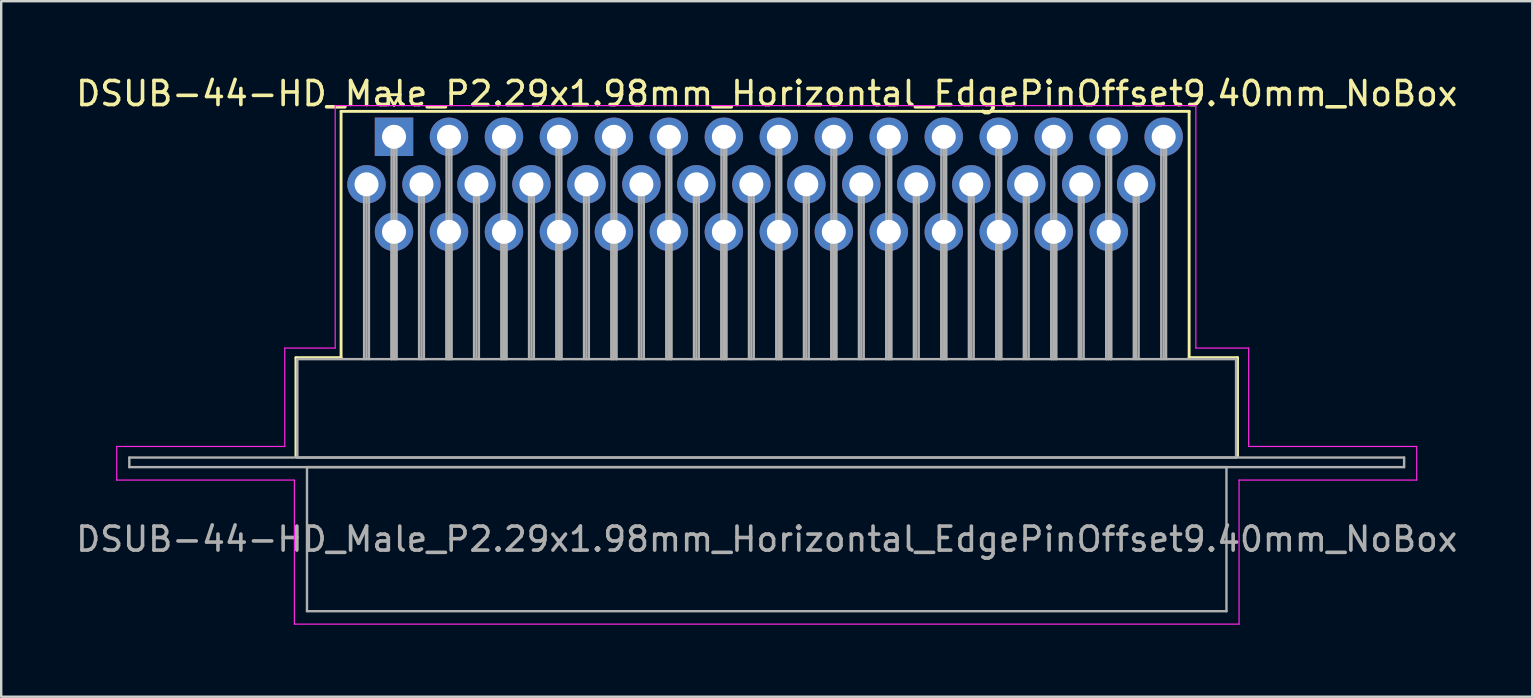
<source format=kicad_pcb>
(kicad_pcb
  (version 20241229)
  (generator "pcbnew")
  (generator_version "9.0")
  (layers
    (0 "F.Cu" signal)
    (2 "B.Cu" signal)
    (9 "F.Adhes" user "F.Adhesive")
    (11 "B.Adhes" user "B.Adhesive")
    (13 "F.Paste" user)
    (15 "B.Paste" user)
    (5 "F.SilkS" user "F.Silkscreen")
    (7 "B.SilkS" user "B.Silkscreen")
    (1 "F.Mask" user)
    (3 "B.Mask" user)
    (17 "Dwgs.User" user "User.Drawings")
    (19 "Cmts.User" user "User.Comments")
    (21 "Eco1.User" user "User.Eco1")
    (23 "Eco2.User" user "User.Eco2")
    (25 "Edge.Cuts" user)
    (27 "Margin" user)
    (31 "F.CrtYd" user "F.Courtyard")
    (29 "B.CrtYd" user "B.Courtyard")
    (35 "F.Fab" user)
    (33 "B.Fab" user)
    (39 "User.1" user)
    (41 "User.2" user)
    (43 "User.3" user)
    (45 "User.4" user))
  (footprint "DSUB-44-HD_Male_P2.29x1.98mm_Horizontal_EdgePinOffset9.40mm_NoBox"
    (layer "F.Cu")
    (at 13.362 2.648)
    (property "Reference" "DSUB-44-HD_Male_P2.29x1.98mm_Horizontal_EdgePinOffset9.40mm_NoBox" (at 15.525 -1.8 0) (layer "F.SilkS") (effects (font (size 1 1) (thickness 0.15))))
    (attr through_hole)
    (fp_line (start -4.085 9.2) (end -2.205 9.2) (stroke (width 0.12) (type solid)) (layer "F.SilkS"))
    (fp_line (start -4.085 13.3) (end -4.085 9.2) (stroke (width 0.12) (type solid)) (layer "F.SilkS"))
    (fp_line (start -2.205 -1.06) (end 33.12 -1.06) (stroke (width 0.12) (type solid)) (layer "F.SilkS"))
    (fp_line (start -2.205 9.2) (end -2.205 -1.06) (stroke (width 0.12) (type solid)) (layer "F.SilkS"))
    (fp_line (start -0.25 -1.754) (end 0.25 -1.754) (stroke (width 0.12) (type solid)) (layer "F.SilkS"))
    (fp_line (start 0 -1.321) (end -0.25 -1.754) (stroke (width 0.12) (type solid)) (layer "F.SilkS"))
    (fp_line (start 0.25 -1.754) (end 0 -1.321) (stroke (width 0.12) (type solid)) (layer "F.SilkS"))
    (fp_line (start 33.12 -1.06) (end 33.12 9.2) (stroke (width 0.12) (type solid)) (layer "F.SilkS"))
    (fp_line (start 33.12 9.2) (end 35.135 9.2) (stroke (width 0.12) (type solid)) (layer "F.SilkS"))
    (fp_line (start 35.135 9.2) (end 35.135 13.3) (stroke (width 0.12) (type solid)) (layer "F.SilkS"))
    (fp_line (start -11.55 12.9) (end -4.55 12.9) (stroke (width 0.05) (type solid)) (layer "F.CrtYd"))
    (fp_line (start -11.55 14.3) (end -11.55 12.9) (stroke (width 0.05) (type solid)) (layer "F.CrtYd"))
    (fp_line (start -4.55 8.8) (end -2.45 8.8) (stroke (width 0.05) (type solid)) (layer "F.CrtYd"))
    (fp_line (start -4.55 12.9) (end -4.55 8.8) (stroke (width 0.05) (type solid)) (layer "F.CrtYd"))
    (fp_line (start -4.15 14.3) (end -11.55 14.3) (stroke (width 0.05) (type solid)) (layer "F.CrtYd"))
    (fp_line (start -4.15 20.3) (end -4.15 14.3) (stroke (width 0.05) (type solid)) (layer "F.CrtYd"))
    (fp_line (start -2.45 -1.3) (end 33.4 -1.3) (stroke (width 0.05) (type solid)) (layer "F.CrtYd"))
    (fp_line (start -2.45 8.8) (end -2.45 -1.3) (stroke (width 0.05) (type solid)) (layer "F.CrtYd"))
    (fp_line (start 33.4 -1.3) (end 33.4 8.8) (stroke (width 0.05) (type solid)) (layer "F.CrtYd"))
    (fp_line (start 33.4 8.8) (end 35.6 8.8) (stroke (width 0.05) (type solid)) (layer "F.CrtYd"))
    (fp_line (start 35.2 14.3) (end 35.2 20.3) (stroke (width 0.05) (type solid)) (layer "F.CrtYd"))
    (fp_line (start 35.2 20.3) (end -4.15 20.3) (stroke (width 0.05) (type solid)) (layer "F.CrtYd"))
    (fp_line (start 35.6 8.8) (end 35.6 12.9) (stroke (width 0.05) (type solid)) (layer "F.CrtYd"))
    (fp_line (start 35.6 12.9) (end 42.6 12.9) (stroke (width 0.05) (type solid)) (layer "F.CrtYd"))
    (fp_line (start 42.6 12.9) (end 42.6 14.3) (stroke (width 0.05) (type solid)) (layer "F.CrtYd"))
    (fp_line (start 42.6 14.3) (end 35.2 14.3) (stroke (width 0.05) (type solid)) (layer "F.CrtYd"))
    (fp_line (start -11.025 13.36) (end -11.025 13.76) (stroke (width 0.1) (type solid)) (layer "F.Fab"))
    (fp_line (start -11.025 13.76) (end 42.075 13.76) (stroke (width 0.1) (type solid)) (layer "F.Fab"))
    (fp_line (start -4.025 9.26) (end -4.025 13.36) (stroke (width 0.1) (type solid)) (layer "F.Fab"))
    (fp_line (start -4.025 13.36) (end 35.075 13.36) (stroke (width 0.1) (type solid)) (layer "F.Fab"))
    (fp_line (start -3.625 13.76) (end -3.625 19.76) (stroke (width 0.1) (type solid)) (layer "F.Fab"))
    (fp_line (start -3.625 19.76) (end 34.675 19.76) (stroke (width 0.1) (type solid)) (layer "F.Fab"))
    (fp_line (start -1.245 1.98) (end -1.245 9.26) (stroke (width 0.1) (type solid)) (layer "F.Fab"))
    (fp_line (start -1.145 1.98) (end -1.145 9.26) (stroke (width 0.1) (type solid)) (layer "F.Fab"))
    (fp_line (start -1.045 1.98) (end -1.045 9.26) (stroke (width 0.1) (type solid)) (layer "F.Fab"))
    (fp_line (start -0.1 0) (end -0.1 9.26) (stroke (width 0.1) (type solid)) (layer "F.Fab"))
    (fp_line (start -0.1 3.96) (end -0.1 9.26) (stroke (width 0.1) (type solid)) (layer "F.Fab"))
    (fp_line (start 0 0) (end 0 9.26) (stroke (width 0.1) (type solid)) (layer "F.Fab"))
    (fp_line (start 0 3.96) (end 0 9.26) (stroke (width 0.1) (type solid)) (layer "F.Fab"))
    (fp_line (start 0.1 0) (end 0.1 9.26) (stroke (width 0.1) (type solid)) (layer "F.Fab"))
    (fp_line (start 0.1 3.96) (end 0.1 9.26) (stroke (width 0.1) (type solid)) (layer "F.Fab"))
    (fp_line (start 1.045 1.98) (end 1.045 9.26) (stroke (width 0.1) (type solid)) (layer "F.Fab"))
    (fp_line (start 1.145 1.98) (end 1.145 9.26) (stroke (width 0.1) (type solid)) (layer "F.Fab"))
    (fp_line (start 1.245 1.98) (end 1.245 9.26) (stroke (width 0.1) (type solid)) (layer "F.Fab"))
    (fp_line (start 2.19 0) (end 2.19 9.26) (stroke (width 0.1) (type solid)) (layer "F.Fab"))
    (fp_line (start 2.19 3.96) (end 2.19 9.26) (stroke (width 0.1) (type solid)) (layer "F.Fab"))
    (fp_line (start 2.29 0) (end 2.29 9.26) (stroke (width 0.1) (type solid)) (layer "F.Fab"))
    (fp_line (start 2.29 3.96) (end 2.29 9.26) (stroke (width 0.1) (type solid)) (layer "F.Fab"))
    (fp_line (start 2.39 0) (end 2.39 9.26) (stroke (width 0.1) (type solid)) (layer "F.Fab"))
    (fp_line (start 2.39 3.96) (end 2.39 9.26) (stroke (width 0.1) (type solid)) (layer "F.Fab"))
    (fp_line (start 3.335 1.98) (end 3.335 9.26) (stroke (width 0.1) (type solid)) (layer "F.Fab"))
    (fp_line (start 3.435 1.98) (end 3.435 9.26) (stroke (width 0.1) (type solid)) (layer "F.Fab"))
    (fp_line (start 3.535 1.98) (end 3.535 9.26) (stroke (width 0.1) (type solid)) (layer "F.Fab"))
    (fp_line (start 4.48 0) (end 4.48 9.26) (stroke (width 0.1) (type solid)) (layer "F.Fab"))
    (fp_line (start 4.48 3.96) (end 4.48 9.26) (stroke (width 0.1) (type solid)) (layer "F.Fab"))
    (fp_line (start 4.58 0) (end 4.58 9.26) (stroke (width 0.1) (type solid)) (layer "F.Fab"))
    (fp_line (start 4.58 3.96) (end 4.58 9.26) (stroke (width 0.1) (type solid)) (layer "F.Fab"))
    (fp_line (start 4.68 0) (end 4.68 9.26) (stroke (width 0.1) (type solid)) (layer "F.Fab"))
    (fp_line (start 4.68 3.96) (end 4.68 9.26) (stroke (width 0.1) (type solid)) (layer "F.Fab"))
    (fp_line (start 5.625 1.98) (end 5.625 9.26) (stroke (width 0.1) (type solid)) (layer "F.Fab"))
    (fp_line (start 5.725 1.98) (end 5.725 9.26) (stroke (width 0.1) (type solid)) (layer "F.Fab"))
    (fp_line (start 5.825 1.98) (end 5.825 9.26) (stroke (width 0.1) (type solid)) (layer "F.Fab"))
    (fp_line (start 6.77 0) (end 6.77 9.26) (stroke (width 0.1) (type solid)) (layer "F.Fab"))
    (fp_line (start 6.77 3.96) (end 6.77 9.26) (stroke (width 0.1) (type solid)) (layer "F.Fab"))
    (fp_line (start 6.87 0) (end 6.87 9.26) (stroke (width 0.1) (type solid)) (layer "F.Fab"))
    (fp_line (start 6.87 3.96) (end 6.87 9.26) (stroke (width 0.1) (type solid)) (layer "F.Fab"))
    (fp_line (start 6.97 0) (end 6.97 9.26) (stroke (width 0.1) (type solid)) (layer "F.Fab"))
    (fp_line (start 6.97 3.96) (end 6.97 9.26) (stroke (width 0.1) (type solid)) (layer "F.Fab"))
    (fp_line (start 7.915 1.98) (end 7.915 9.26) (stroke (width 0.1) (type solid)) (layer "F.Fab"))
    (fp_line (start 8.015 1.98) (end 8.015 9.26) (stroke (width 0.1) (type solid)) (layer "F.Fab"))
    (fp_line (start 8.115 1.98) (end 8.115 9.26) (stroke (width 0.1) (type solid)) (layer "F.Fab"))
    (fp_line (start 9.06 0) (end 9.06 9.26) (stroke (width 0.1) (type solid)) (layer "F.Fab"))
    (fp_line (start 9.06 3.96) (end 9.06 9.26) (stroke (width 0.1) (type solid)) (layer "F.Fab"))
    (fp_line (start 9.16 0) (end 9.16 9.26) (stroke (width 0.1) (type solid)) (layer "F.Fab"))
    (fp_line (start 9.16 3.96) (end 9.16 9.26) (stroke (width 0.1) (type solid)) (layer "F.Fab"))
    (fp_line (start 9.26 0) (end 9.26 9.26) (stroke (width 0.1) (type solid)) (layer "F.Fab"))
    (fp_line (start 9.26 3.96) (end 9.26 9.26) (stroke (width 0.1) (type solid)) (layer "F.Fab"))
    (fp_line (start 10.205 1.98) (end 10.205 9.26) (stroke (width 0.1) (type solid)) (layer "F.Fab"))
    (fp_line (start 10.305 1.98) (end 10.305 9.26) (stroke (width 0.1) (type solid)) (layer "F.Fab"))
    (fp_line (start 10.405 1.98) (end 10.405 9.26) (stroke (width 0.1) (type solid)) (layer "F.Fab"))
    (fp_line (start 11.35 0) (end 11.35 9.26) (stroke (width 0.1) (type solid)) (layer "F.Fab"))
    (fp_line (start 11.35 3.96) (end 11.35 9.26) (stroke (width 0.1) (type solid)) (layer "F.Fab"))
    (fp_line (start 11.45 0) (end 11.45 9.26) (stroke (width 0.1) (type solid)) (layer "F.Fab"))
    (fp_line (start 11.45 3.96) (end 11.45 9.26) (stroke (width 0.1) (type solid)) (layer "F.Fab"))
    (fp_line (start 11.55 0) (end 11.55 9.26) (stroke (width 0.1) (type solid)) (layer "F.Fab"))
    (fp_line (start 11.55 3.96) (end 11.55 9.26) (stroke (width 0.1) (type solid)) (layer "F.Fab"))
    (fp_line (start 12.495 1.98) (end 12.495 9.26) (stroke (width 0.1) (type solid)) (layer "F.Fab"))
    (fp_line (start 12.595 1.98) (end 12.595 9.26) (stroke (width 0.1) (type solid)) (layer "F.Fab"))
    (fp_line (start 12.695 1.98) (end 12.695 9.26) (stroke (width 0.1) (type solid)) (layer "F.Fab"))
    (fp_line (start 13.64 0) (end 13.64 9.26) (stroke (width 0.1) (type solid)) (layer "F.Fab"))
    (fp_line (start 13.64 3.96) (end 13.64 9.26) (stroke (width 0.1) (type solid)) (layer "F.Fab"))
    (fp_line (start 13.74 0) (end 13.74 9.26) (stroke (width 0.1) (type solid)) (layer "F.Fab"))
    (fp_line (start 13.74 3.96) (end 13.74 9.26) (stroke (width 0.1) (type solid)) (layer "F.Fab"))
    (fp_line (start 13.84 0) (end 13.84 9.26) (stroke (width 0.1) (type solid)) (layer "F.Fab"))
    (fp_line (start 13.84 3.96) (end 13.84 9.26) (stroke (width 0.1) (type solid)) (layer "F.Fab"))
    (fp_line (start 14.785 1.98) (end 14.785 9.26) (stroke (width 0.1) (type solid)) (layer "F.Fab"))
    (fp_line (start 14.885 1.98) (end 14.885 9.26) (stroke (width 0.1) (type solid)) (layer "F.Fab"))
    (fp_line (start 14.985 1.98) (end 14.985 9.26) (stroke (width 0.1) (type solid)) (layer "F.Fab"))
    (fp_line (start 15.93 0) (end 15.93 9.26) (stroke (width 0.1) (type solid)) (layer "F.Fab"))
    (fp_line (start 15.93 3.96) (end 15.93 9.26) (stroke (width 0.1) (type solid)) (layer "F.Fab"))
    (fp_line (start 16.03 0) (end 16.03 9.26) (stroke (width 0.1) (type solid)) (layer "F.Fab"))
    (fp_line (start 16.03 3.96) (end 16.03 9.26) (stroke (width 0.1) (type solid)) (layer "F.Fab"))
    (fp_line (start 16.13 0) (end 16.13 9.26) (stroke (width 0.1) (type solid)) (layer "F.Fab"))
    (fp_line (start 16.13 3.96) (end 16.13 9.26) (stroke (width 0.1) (type solid)) (layer "F.Fab"))
    (fp_line (start 17.075 1.98) (end 17.075 9.26) (stroke (width 0.1) (type solid)) (layer "F.Fab"))
    (fp_line (start 17.175 1.98) (end 17.175 9.26) (stroke (width 0.1) (type solid)) (layer "F.Fab"))
    (fp_line (start 17.275 1.98) (end 17.275 9.26) (stroke (width 0.1) (type solid)) (layer "F.Fab"))
    (fp_line (start 18.22 0) (end 18.22 9.26) (stroke (width 0.1) (type solid)) (layer "F.Fab"))
    (fp_line (start 18.22 3.96) (end 18.22 9.26) (stroke (width 0.1) (type solid)) (layer "F.Fab"))
    (fp_line (start 18.32 0) (end 18.32 9.26) (stroke (width 0.1) (type solid)) (layer "F.Fab"))
    (fp_line (start 18.32 3.96) (end 18.32 9.26) (stroke (width 0.1) (type solid)) (layer "F.Fab"))
    (fp_line (start 18.42 0) (end 18.42 9.26) (stroke (width 0.1) (type solid)) (layer "F.Fab"))
    (fp_line (start 18.42 3.96) (end 18.42 9.26) (stroke (width 0.1) (type solid)) (layer "F.Fab"))
    (fp_line (start 19.365 1.98) (end 19.365 9.26) (stroke (width 0.1) (type solid)) (layer "F.Fab"))
    (fp_line (start 19.465 1.98) (end 19.465 9.26) (stroke (width 0.1) (type solid)) (layer "F.Fab"))
    (fp_line (start 19.565 1.98) (end 19.565 9.26) (stroke (width 0.1) (type solid)) (layer "F.Fab"))
    (fp_line (start 20.51 0) (end 20.51 9.26) (stroke (width 0.1) (type solid)) (layer "F.Fab"))
    (fp_line (start 20.51 3.96) (end 20.51 9.26) (stroke (width 0.1) (type solid)) (layer "F.Fab"))
    (fp_line (start 20.61 0) (end 20.61 9.26) (stroke (width 0.1) (type solid)) (layer "F.Fab"))
    (fp_line (start 20.61 3.96) (end 20.61 9.26) (stroke (width 0.1) (type solid)) (layer "F.Fab"))
    (fp_line (start 20.71 0) (end 20.71 9.26) (stroke (width 0.1) (type solid)) (layer "F.Fab"))
    (fp_line (start 20.71 3.96) (end 20.71 9.26) (stroke (width 0.1) (type solid)) (layer "F.Fab"))
    (fp_line (start 21.655 1.98) (end 21.655 9.26) (stroke (width 0.1) (type solid)) (layer "F.Fab"))
    (fp_line (start 21.755 1.98) (end 21.755 9.26) (stroke (width 0.1) (type solid)) (layer "F.Fab"))
    (fp_line (start 21.855 1.98) (end 21.855 9.26) (stroke (width 0.1) (type solid)) (layer "F.Fab"))
    (fp_line (start 22.8 0) (end 22.8 9.26) (stroke (width 0.1) (type solid)) (layer "F.Fab"))
    (fp_line (start 22.8 3.96) (end 22.8 9.26) (stroke (width 0.1) (type solid)) (layer "F.Fab"))
    (fp_line (start 22.9 0) (end 22.9 9.26) (stroke (width 0.1) (type solid)) (layer "F.Fab"))
    (fp_line (start 22.9 3.96) (end 22.9 9.26) (stroke (width 0.1) (type solid)) (layer "F.Fab"))
    (fp_line (start 23 0) (end 23 9.26) (stroke (width 0.1) (type solid)) (layer "F.Fab"))
    (fp_line (start 23 3.96) (end 23 9.26) (stroke (width 0.1) (type solid)) (layer "F.Fab"))
    (fp_line (start 23.945 1.98) (end 23.945 9.26) (stroke (width 0.1) (type solid)) (layer "F.Fab"))
    (fp_line (start 24.045 1.98) (end 24.045 9.26) (stroke (width 0.1) (type solid)) (layer "F.Fab"))
    (fp_line (start 24.145 1.98) (end 24.145 9.26) (stroke (width 0.1) (type solid)) (layer "F.Fab"))
    (fp_line (start 25.09 0) (end 25.09 9.26) (stroke (width 0.1) (type solid)) (layer "F.Fab"))
    (fp_line (start 25.09 3.96) (end 25.09 9.26) (stroke (width 0.1) (type solid)) (layer "F.Fab"))
    (fp_line (start 25.19 0) (end 25.19 9.26) (stroke (width 0.1) (type solid)) (layer "F.Fab"))
    (fp_line (start 25.19 3.96) (end 25.19 9.26) (stroke (width 0.1) (type solid)) (layer "F.Fab"))
    (fp_line (start 25.29 0) (end 25.29 9.26) (stroke (width 0.1) (type solid)) (layer "F.Fab"))
    (fp_line (start 25.29 3.96) (end 25.29 9.26) (stroke (width 0.1) (type solid)) (layer "F.Fab"))
    (fp_line (start 26.235 1.98) (end 26.235 9.26) (stroke (width 0.1) (type solid)) (layer "F.Fab"))
    (fp_line (start 26.335 1.98) (end 26.335 9.26) (stroke (width 0.1) (type solid)) (layer "F.Fab"))
    (fp_line (start 26.435 1.98) (end 26.435 9.26) (stroke (width 0.1) (type solid)) (layer "F.Fab"))
    (fp_line (start 27.38 0) (end 27.38 9.26) (stroke (width 0.1) (type solid)) (layer "F.Fab"))
    (fp_line (start 27.38 3.96) (end 27.38 9.26) (stroke (width 0.1) (type solid)) (layer "F.Fab"))
    (fp_line (start 27.48 0) (end 27.48 9.26) (stroke (width 0.1) (type solid)) (layer "F.Fab"))
    (fp_line (start 27.48 3.96) (end 27.48 9.26) (stroke (width 0.1) (type solid)) (layer "F.Fab"))
    (fp_line (start 27.58 0) (end 27.58 9.26) (stroke (width 0.1) (type solid)) (layer "F.Fab"))
    (fp_line (start 27.58 3.96) (end 27.58 9.26) (stroke (width 0.1) (type solid)) (layer "F.Fab"))
    (fp_line (start 28.525 1.98) (end 28.525 9.26) (stroke (width 0.1) (type solid)) (layer "F.Fab"))
    (fp_line (start 28.625 1.98) (end 28.625 9.26) (stroke (width 0.1) (type solid)) (layer "F.Fab"))
    (fp_line (start 28.725 1.98) (end 28.725 9.26) (stroke (width 0.1) (type solid)) (layer "F.Fab"))
    (fp_line (start 29.67 0) (end 29.67 9.26) (stroke (width 0.1) (type solid)) (layer "F.Fab"))
    (fp_line (start 29.67 3.96) (end 29.67 9.26) (stroke (width 0.1) (type solid)) (layer "F.Fab"))
    (fp_line (start 29.77 0) (end 29.77 9.26) (stroke (width 0.1) (type solid)) (layer "F.Fab"))
    (fp_line (start 29.77 3.96) (end 29.77 9.26) (stroke (width 0.1) (type solid)) (layer "F.Fab"))
    (fp_line (start 29.87 0) (end 29.87 9.26) (stroke (width 0.1) (type solid)) (layer "F.Fab"))
    (fp_line (start 29.87 3.96) (end 29.87 9.26) (stroke (width 0.1) (type solid)) (layer "F.Fab"))
    (fp_line (start 30.815 1.98) (end 30.815 9.26) (stroke (width 0.1) (type solid)) (layer "F.Fab"))
    (fp_line (start 30.915 1.98) (end 30.915 9.26) (stroke (width 0.1) (type solid)) (layer "F.Fab"))
    (fp_line (start 31.015 1.98) (end 31.015 9.26) (stroke (width 0.1) (type solid)) (layer "F.Fab"))
    (fp_line (start 31.96 0) (end 31.96 9.26) (stroke (width 0.1) (type solid)) (layer "F.Fab"))
    (fp_line (start 32.06 0) (end 32.06 9.26) (stroke (width 0.1) (type solid)) (layer "F.Fab"))
    (fp_line (start 32.16 0) (end 32.16 9.26) (stroke (width 0.1) (type solid)) (layer "F.Fab"))
    (fp_line (start 34.675 13.76) (end -3.625 13.76) (stroke (width 0.1) (type solid)) (layer "F.Fab"))
    (fp_line (start 34.675 19.76) (end 34.675 13.76) (stroke (width 0.1) (type solid)) (layer "F.Fab"))
    (fp_line (start 35.075 9.26) (end -4.025 9.26) (stroke (width 0.1) (type solid)) (layer "F.Fab"))
    (fp_line (start 35.075 13.36) (end 35.075 9.26) (stroke (width 0.1) (type solid)) (layer "F.Fab"))
    (fp_line (start 42.075 13.36) (end -11.025 13.36) (stroke (width 0.1) (type solid)) (layer "F.Fab"))
    (fp_line (start 42.075 13.76) (end 42.075 13.36) (stroke (width 0.1) (type solid)) (layer "F.Fab"))
    (fp_text user "${REFERENCE}" (at 15.525 16.76 0) (layer "F.Fab") (effects (font (size 1 1) (thickness 0.15))))
    (pad "1" thru_hole rect (at 0 0) (size 1.6 1.6) (drill 1) (layers "*.Cu" "*.Mask"))
    (pad "2" thru_hole circle (at 2.29 0) (size 1.6 1.6) (drill 1) (layers "*.Cu" "*.Mask"))
    (pad "3" thru_hole circle (at 4.58 0) (size 1.6 1.6) (drill 1) (layers "*.Cu" "*.Mask"))
    (pad "4" thru_hole circle (at 6.87 0) (size 1.6 1.6) (drill 1) (layers "*.Cu" "*.Mask"))
    (pad "5" thru_hole circle (at 9.16 0) (size 1.6 1.6) (drill 1) (layers "*.Cu" "*.Mask"))
    (pad "6" thru_hole circle (at 11.45 0) (size 1.6 1.6) (drill 1) (layers "*.Cu" "*.Mask"))
    (pad "7" thru_hole circle (at 13.74 0) (size 1.6 1.6) (drill 1) (layers "*.Cu" "*.Mask"))
    (pad "8" thru_hole circle (at 16.03 0) (size 1.6 1.6) (drill 1) (layers "*.Cu" "*.Mask"))
    (pad "9" thru_hole circle (at 18.32 0) (size 1.6 1.6) (drill 1) (layers "*.Cu" "*.Mask"))
    (pad "10" thru_hole circle (at 20.61 0) (size 1.6 1.6) (drill 1) (layers "*.Cu" "*.Mask"))
    (pad "11" thru_hole circle (at 22.9 0) (size 1.6 1.6) (drill 1) (layers "*.Cu" "*.Mask"))
    (pad "12" thru_hole circle (at 25.19 0) (size 1.6 1.6) (drill 1) (layers "*.Cu" "*.Mask"))
    (pad "13" thru_hole circle (at 27.48 0) (size 1.6 1.6) (drill 1) (layers "*.Cu" "*.Mask"))
    (pad "14" thru_hole circle (at 29.77 0) (size 1.6 1.6) (drill 1) (layers "*.Cu" "*.Mask"))
    (pad "15" thru_hole circle (at 32.06 0) (size 1.6 1.6) (drill 1) (layers "*.Cu" "*.Mask"))
    (pad "16" thru_hole circle (at -1.145 1.98) (size 1.6 1.6) (drill 1) (layers "*.Cu" "*.Mask"))
    (pad "17" thru_hole circle (at 1.145 1.98) (size 1.6 1.6) (drill 1) (layers "*.Cu" "*.Mask"))
    (pad "18" thru_hole circle (at 3.435 1.98) (size 1.6 1.6) (drill 1) (layers "*.Cu" "*.Mask"))
    (pad "19" thru_hole circle (at 5.725 1.98) (size 1.6 1.6) (drill 1) (layers "*.Cu" "*.Mask"))
    (pad "20" thru_hole circle (at 8.015 1.98) (size 1.6 1.6) (drill 1) (layers "*.Cu" "*.Mask"))
    (pad "21" thru_hole circle (at 10.305 1.98) (size 1.6 1.6) (drill 1) (layers "*.Cu" "*.Mask"))
    (pad "22" thru_hole circle (at 12.595 1.98) (size 1.6 1.6) (drill 1) (layers "*.Cu" "*.Mask"))
    (pad "23" thru_hole circle (at 14.885 1.98) (size 1.6 1.6) (drill 1) (layers "*.Cu" "*.Mask"))
    (pad "24" thru_hole circle (at 17.175 1.98) (size 1.6 1.6) (drill 1) (layers "*.Cu" "*.Mask"))
    (pad "25" thru_hole circle (at 19.465 1.98) (size 1.6 1.6) (drill 1) (layers "*.Cu" "*.Mask"))
    (pad "26" thru_hole circle (at 21.755 1.98) (size 1.6 1.6) (drill 1) (layers "*.Cu" "*.Mask"))
    (pad "27" thru_hole circle (at 24.045 1.98) (size 1.6 1.6) (drill 1) (layers "*.Cu" "*.Mask"))
    (pad "28" thru_hole circle (at 26.335 1.98) (size 1.6 1.6) (drill 1) (layers "*.Cu" "*.Mask"))
    (pad "29" thru_hole circle (at 28.625 1.98) (size 1.6 1.6) (drill 1) (layers "*.Cu" "*.Mask"))
    (pad "30" thru_hole circle (at 30.915 1.98) (size 1.6 1.6) (drill 1) (layers "*.Cu" "*.Mask"))
    (pad "31" thru_hole circle (at 0 3.96) (size 1.6 1.6) (drill 1) (layers "*.Cu" "*.Mask"))
    (pad "32" thru_hole circle (at 2.29 3.96) (size 1.6 1.6) (drill 1) (layers "*.Cu" "*.Mask"))
    (pad "33" thru_hole circle (at 4.58 3.96) (size 1.6 1.6) (drill 1) (layers "*.Cu" "*.Mask"))
    (pad "34" thru_hole circle (at 6.87 3.96) (size 1.6 1.6) (drill 1) (layers "*.Cu" "*.Mask"))
    (pad "35" thru_hole circle (at 9.16 3.96) (size 1.6 1.6) (drill 1) (layers "*.Cu" "*.Mask"))
    (pad "36" thru_hole circle (at 11.45 3.96) (size 1.6 1.6) (drill 1) (layers "*.Cu" "*.Mask"))
    (pad "37" thru_hole circle (at 13.74 3.96) (size 1.6 1.6) (drill 1) (layers "*.Cu" "*.Mask"))
    (pad "38" thru_hole circle (at 16.03 3.96) (size 1.6 1.6) (drill 1) (layers "*.Cu" "*.Mask"))
    (pad "39" thru_hole circle (at 18.32 3.96) (size 1.6 1.6) (drill 1) (layers "*.Cu" "*.Mask"))
    (pad "40" thru_hole circle (at 20.61 3.96) (size 1.6 1.6) (drill 1) (layers "*.Cu" "*.Mask"))
    (pad "41" thru_hole circle (at 22.9 3.96) (size 1.6 1.6) (drill 1) (layers "*.Cu" "*.Mask"))
    (pad "42" thru_hole circle (at 25.19 3.96) (size 1.6 1.6) (drill 1) (layers "*.Cu" "*.Mask"))
    (pad "43" thru_hole circle (at 27.48 3.96) (size 1.6 1.6) (drill 1) (layers "*.Cu" "*.Mask"))
    (pad "44" thru_hole circle (at 29.77 3.96) (size 1.6 1.6) (drill 1) (layers "*.Cu" "*.Mask")))
  (gr_rect
    (start -3 -3)
    (end 60.774 25.973)
    (stroke (width 0.1) (type default))
    (fill no)
    (layer "Edge.Cuts")))
</source>
